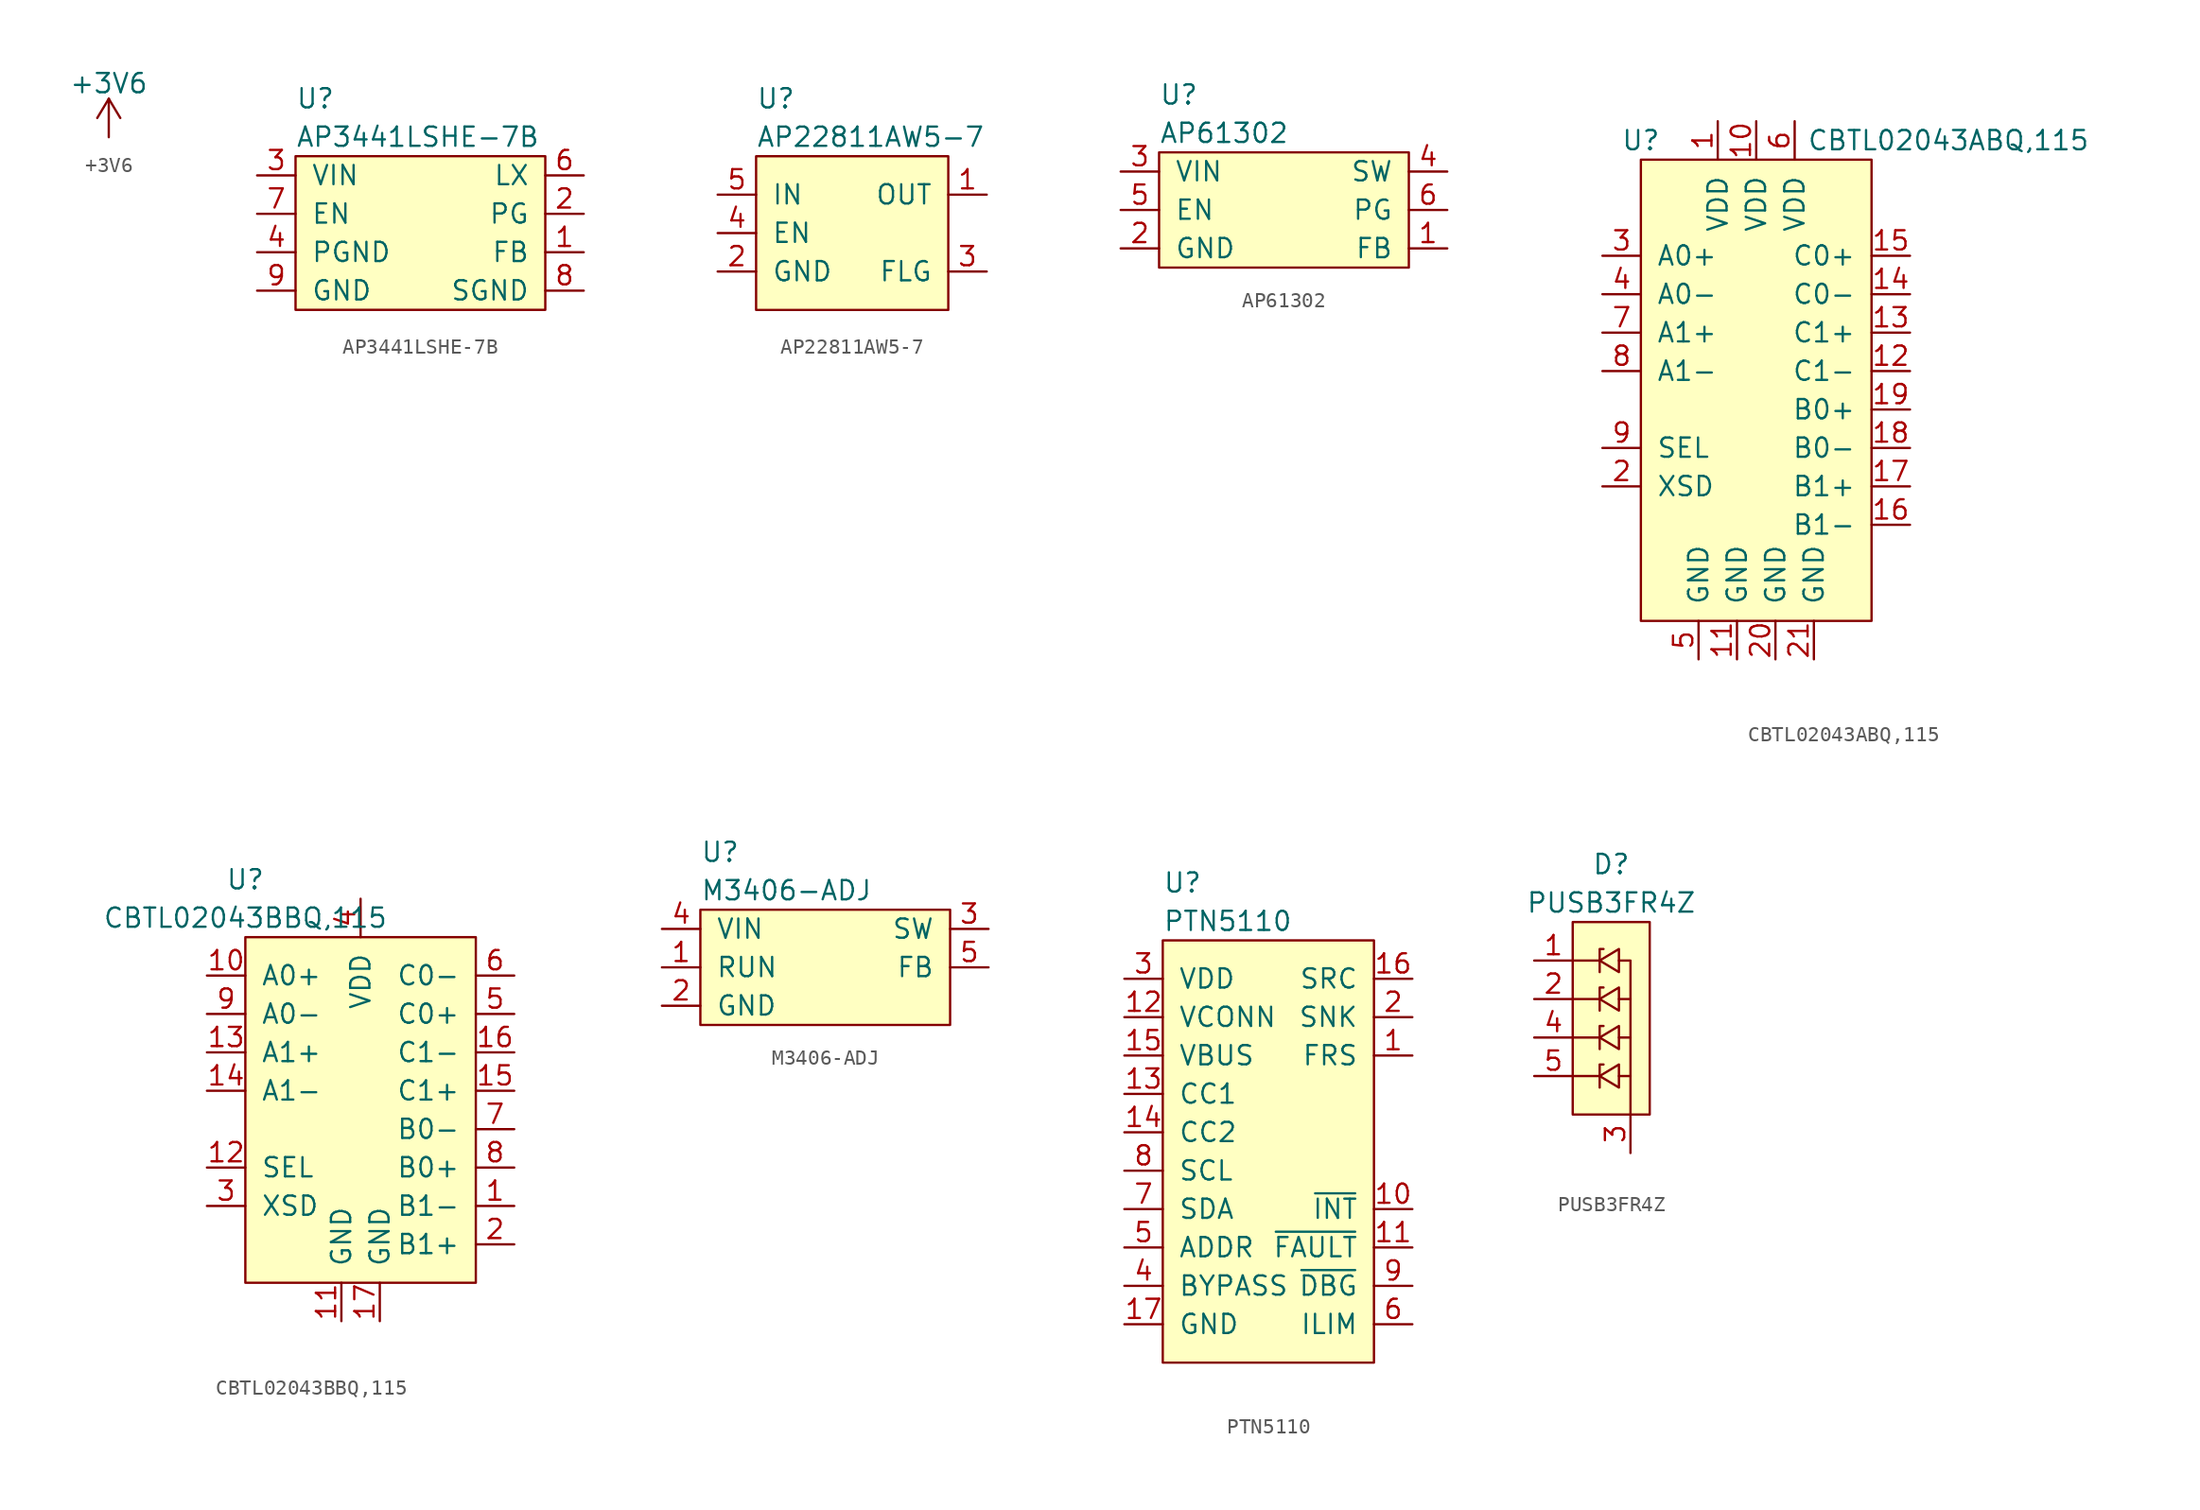
<source format=kicad_sym>
(kicad_symbol_lib
  (version 20211014)
  (generator kicad_symbol_editor)
  (symbol "+3V6"
    (power)
    (pin_names
      (offset 0))
    (property "Reference" "#PWR"
      (at 0 -3.81 0)
      (effects (font (size 1.27 1.27)) hide))
    (property "Value" "+3V6"
      (at 0 3.556 0)
      (effects (font (size 1.27 1.27))))
    (symbol "+3V6_0_1"
      (polyline (pts (xy -0.762 1.27) (xy 0 2.54)) (stroke (width 0) (type default) (color 0 0 0 0)) (fill (type none)))
      (polyline (pts (xy 0 0) (xy 0 2.54)) (stroke (width 0) (type default) (color 0 0 0 0)) (fill (type none)))
      (polyline (pts (xy 0 2.54) (xy 0.762 1.27)) (stroke (width 0) (type default) (color 0 0 0 0)) (fill (type none))))
    (symbol "+3V6_1_1"
      (pin power_in line (at 0 0 90) (length 0) hide (name "+3V6" (effects (font (size 1.27 1.27)))) (number "1" (effects (font (size 1.27 1.27)))))))
  (symbol "AP3441LSHE-7B"
    (pin_names
      (offset 1.016))
    (property "Reference" "U"
      (at 0 3.81 0)
      (effects (font (size 1.27 1.27)) (justify left)))
    (property "Value" "AP3441LSHE-7B"
      (at 0 1.27 0)
      (effects (font (size 1.27 1.27)) (justify left)))
    (symbol "AP3441LSHE-7B_0_1"
      (rectangle (start 16.51 0) (end 0 -10.16) (stroke (width 0) (type default) (color 0 0 0 0)) (fill (type background))))
    (symbol "AP3441LSHE-7B_1_1"
      (pin passive line (at 19.05 -6.35 180) (length 2.54) (name "FB" (effects (font (size 1.27 1.27)))) (number "1" (effects (font (size 1.27 1.27)))))
      (pin passive line (at 19.05 -3.81 180) (length 2.54) (name "PG" (effects (font (size 1.27 1.27)))) (number "2" (effects (font (size 1.27 1.27)))))
      (pin power_in line (at -2.54 -1.27 0) (length 2.54) (name "VIN" (effects (font (size 1.27 1.27)))) (number "3" (effects (font (size 1.27 1.27)))))
      (pin power_in line (at -2.54 -6.35 0) (length 2.54) (name "PGND" (effects (font (size 1.27 1.27)))) (number "4" (effects (font (size 1.27 1.27)))))
      (pin passive line (at 19.05 -1.27 180) (length 2.54) (name "LX" (effects (font (size 1.27 1.27)))) (number "6" (effects (font (size 1.27 1.27)))))
      (pin passive line (at -2.54 -3.81 0) (length 2.54) (name "EN" (effects (font (size 1.27 1.27)))) (number "7" (effects (font (size 1.27 1.27)))))
      (pin power_in line (at 19.05 -8.89 180) (length 2.54) (name "SGND" (effects (font (size 1.27 1.27)))) (number "8" (effects (font (size 1.27 1.27)))))
      (pin power_in line (at -2.54 -8.89 0) (length 2.54) (name "GND" (effects (font (size 1.27 1.27)))) (number "9" (effects (font (size 1.27 1.27)))))))
  (symbol "AP22811AW5-7‎"
    (pin_names
      (offset 1.016))
    (property "Reference" "U"
      (at -6.35 8.89 0)
      (effects (font (size 1.27 1.27)) (justify left)))
    (property "Value" "AP22811AW5-7‎"
      (at -6.35 6.35 0)
      (effects (font (size 1.27 1.27)) (justify left)))
    (symbol "AP22811AW5-7‎_0_1"
      (rectangle (start 6.35 5.08) (end -6.35 -5.08) (stroke (width 0) (type default) (color 0 0 0 0)) (fill (type background))))
    (symbol "AP22811AW5-7‎_1_1"
      (pin power_out line (at 8.89 2.54 180) (length 2.54) (name "OUT" (effects (font (size 1.27 1.27)))) (number "1" (effects (font (size 1.27 1.27)))))
      (pin power_in line (at -8.89 -2.54 0) (length 2.54) (name "GND" (effects (font (size 1.27 1.27)))) (number "2" (effects (font (size 1.27 1.27)))))
      (pin open_collector line (at 8.89 -2.54 180) (length 2.54) (name "FLG" (effects (font (size 1.27 1.27)))) (number "3" (effects (font (size 1.27 1.27)))))
      (pin input line (at -8.89 0 0) (length 2.54) (name "EN" (effects (font (size 1.27 1.27)))) (number "4" (effects (font (size 1.27 1.27)))))
      (pin power_in line (at -8.89 2.54 0) (length 2.54) (name "IN" (effects (font (size 1.27 1.27)))) (number "5" (effects (font (size 1.27 1.27)))))))
  (symbol "AP61302"
    (pin_names
      (offset 1.016))
    (property "Reference" "U"
      (at 0 3.81 0)
      (effects (font (size 1.27 1.27)) (justify left)))
    (property "Value" "AP61302"
      (at 0 1.27 0)
      (effects (font (size 1.27 1.27)) (justify left)))
    (symbol "AP61302_0_1"
      (rectangle (start 16.51 0) (end 0 -7.62) (stroke (width 0) (type default) (color 0 0 0 0)) (fill (type background))))
    (symbol "AP61302_1_1"
      (pin passive line (at 19.05 -6.35 180) (length 2.54) (name "FB" (effects (font (size 1.27 1.27)))) (number "1" (effects (font (size 1.27 1.27)))))
      (pin power_in line (at -2.54 -6.35 0) (length 2.54) (name "GND" (effects (font (size 1.27 1.27)))) (number "2" (effects (font (size 1.27 1.27)))))
      (pin power_in line (at -2.54 -1.27 0) (length 2.54) (name "VIN" (effects (font (size 1.27 1.27)))) (number "3" (effects (font (size 1.27 1.27)))))
      (pin passive line (at 19.05 -1.27 180) (length 2.54) (name "SW" (effects (font (size 1.27 1.27)))) (number "4" (effects (font (size 1.27 1.27)))))
      (pin passive line (at -2.54 -3.81 0) (length 2.54) (name "EN" (effects (font (size 1.27 1.27)))) (number "5" (effects (font (size 1.27 1.27)))))
      (pin passive line (at 19.05 -3.81 180) (length 2.54) (name "PG" (effects (font (size 1.27 1.27)))) (number "6" (effects (font (size 1.27 1.27)))))))
  (symbol "CBTL02043ABQ,115"
    (pin_names
      (offset 1.016))
    (property "Reference" "U"
      (at -7.62 16.51 0)
      (effects (font (size 1.27 1.27))))
    (property "Value" "CBTL02043ABQ,115"
      (at 12.7 16.51 0)
      (effects (font (size 1.27 1.27))))
    (symbol "CBTL02043ABQ,115_0_1"
      (rectangle (start -7.62 15.24) (end 7.62 -15.24) (stroke (width 0) (type default) (color 0 0 0 0)) (fill (type background))))
    (symbol "CBTL02043ABQ,115_1_1"
      (pin power_in line (at -2.54 17.78 270) (length 2.54) (name "VDD" (effects (font (size 1.27 1.27)))) (number "1" (effects (font (size 1.27 1.27)))))
      (pin power_in line (at 0 17.78 270) (length 2.54) (name "VDD" (effects (font (size 1.27 1.27)))) (number "10" (effects (font (size 1.27 1.27)))))
      (pin power_in line (at -1.27 -17.78 90) (length 2.54) (name "GND" (effects (font (size 1.27 1.27)))) (number "11" (effects (font (size 1.27 1.27)))))
      (pin bidirectional line (at 10.16 1.27 180) (length 2.54) (name "C1-" (effects (font (size 1.27 1.27)))) (number "12" (effects (font (size 1.27 1.27)))))
      (pin bidirectional line (at 10.16 3.81 180) (length 2.54) (name "C1+" (effects (font (size 1.27 1.27)))) (number "13" (effects (font (size 1.27 1.27)))))
      (pin bidirectional line (at 10.16 6.35 180) (length 2.54) (name "C0-" (effects (font (size 1.27 1.27)))) (number "14" (effects (font (size 1.27 1.27)))))
      (pin bidirectional line (at 10.16 8.89 180) (length 2.54) (name "C0+" (effects (font (size 1.27 1.27)))) (number "15" (effects (font (size 1.27 1.27)))))
      (pin bidirectional line (at 10.16 -8.89 180) (length 2.54) (name "B1-" (effects (font (size 1.27 1.27)))) (number "16" (effects (font (size 1.27 1.27)))))
      (pin bidirectional line (at 10.16 -6.35 180) (length 2.54) (name "B1+" (effects (font (size 1.27 1.27)))) (number "17" (effects (font (size 1.27 1.27)))))
      (pin bidirectional line (at 10.16 -3.81 180) (length 2.54) (name "B0-" (effects (font (size 1.27 1.27)))) (number "18" (effects (font (size 1.27 1.27)))))
      (pin bidirectional line (at 10.16 -1.27 180) (length 2.54) (name "B0+" (effects (font (size 1.27 1.27)))) (number "19" (effects (font (size 1.27 1.27)))))
      (pin input line (at -10.16 -6.35 0) (length 2.54) (name "XSD" (effects (font (size 1.27 1.27)))) (number "2" (effects (font (size 1.27 1.27)))))
      (pin power_in line (at 1.27 -17.78 90) (length 2.54) (name "GND" (effects (font (size 1.27 1.27)))) (number "20" (effects (font (size 1.27 1.27)))))
      (pin power_in line (at 3.81 -17.78 90) (length 2.54) (name "GND" (effects (font (size 1.27 1.27)))) (number "21" (effects (font (size 1.27 1.27)))))
      (pin bidirectional line (at -10.16 8.89 0) (length 2.54) (name "A0+" (effects (font (size 1.27 1.27)))) (number "3" (effects (font (size 1.27 1.27)))))
      (pin bidirectional line (at -10.16 6.35 0) (length 2.54) (name "A0-" (effects (font (size 1.27 1.27)))) (number "4" (effects (font (size 1.27 1.27)))))
      (pin power_in line (at -3.81 -17.78 90) (length 2.54) (name "GND" (effects (font (size 1.27 1.27)))) (number "5" (effects (font (size 1.27 1.27)))))
      (pin power_in line (at 2.54 17.78 270) (length 2.54) (name "VDD" (effects (font (size 1.27 1.27)))) (number "6" (effects (font (size 1.27 1.27)))))
      (pin bidirectional line (at -10.16 3.81 0) (length 2.54) (name "A1+" (effects (font (size 1.27 1.27)))) (number "7" (effects (font (size 1.27 1.27)))))
      (pin bidirectional line (at -10.16 1.27 0) (length 2.54) (name "A1-" (effects (font (size 1.27 1.27)))) (number "8" (effects (font (size 1.27 1.27)))))
      (pin input line (at -10.16 -3.81 0) (length 2.54) (name "SEL" (effects (font (size 1.27 1.27)))) (number "9" (effects (font (size 1.27 1.27)))))))
  (symbol "CBTL02043BBQ,115"
    (pin_names
      (offset 1.016))
    (property "Reference" "U"
      (at -7.62 15.24 0)
      (effects (font (size 1.27 1.27))))
    (property "Value" "CBTL02043BBQ,115"
      (at -7.62 12.7 0)
      (effects (font (size 1.27 1.27))))
    (symbol "CBTL02043BBQ,115_0_1"
      (rectangle (start -7.62 11.43) (end 7.62 -11.43) (stroke (width 0) (type default) (color 0 0 0 0)) (fill (type background))))
    (symbol "CBTL02043BBQ,115_1_1"
      (pin bidirectional line (at 10.16 -6.35 180) (length 2.54) (name "B1-" (effects (font (size 1.27 1.27)))) (number "1" (effects (font (size 1.27 1.27)))))
      (pin bidirectional line (at -10.16 8.89 0) (length 2.54) (name "A0+" (effects (font (size 1.27 1.27)))) (number "10" (effects (font (size 1.27 1.27)))))
      (pin power_in line (at -1.27 -13.97 90) (length 2.54) (name "GND" (effects (font (size 1.27 1.27)))) (number "11" (effects (font (size 1.27 1.27)))))
      (pin input line (at -10.16 -3.81 0) (length 2.54) (name "SEL" (effects (font (size 1.27 1.27)))) (number "12" (effects (font (size 1.27 1.27)))))
      (pin bidirectional line (at -10.16 3.81 0) (length 2.54) (name "A1+" (effects (font (size 1.27 1.27)))) (number "13" (effects (font (size 1.27 1.27)))))
      (pin bidirectional line (at -10.16 1.27 0) (length 2.54) (name "A1-" (effects (font (size 1.27 1.27)))) (number "14" (effects (font (size 1.27 1.27)))))
      (pin bidirectional line (at 10.16 1.27 180) (length 2.54) (name "C1+" (effects (font (size 1.27 1.27)))) (number "15" (effects (font (size 1.27 1.27)))))
      (pin bidirectional line (at 10.16 3.81 180) (length 2.54) (name "C1-" (effects (font (size 1.27 1.27)))) (number "16" (effects (font (size 1.27 1.27)))))
      (pin power_in line (at 1.27 -13.97 90) (length 2.54) (name "GND" (effects (font (size 1.27 1.27)))) (number "17" (effects (font (size 1.27 1.27)))))
      (pin bidirectional line (at 10.16 -8.89 180) (length 2.54) (name "B1+" (effects (font (size 1.27 1.27)))) (number "2" (effects (font (size 1.27 1.27)))))
      (pin input line (at -10.16 -6.35 0) (length 2.54) (name "XSD" (effects (font (size 1.27 1.27)))) (number "3" (effects (font (size 1.27 1.27)))))
      (pin power_in line (at 0 13.97 270) (length 2.54) (name "VDD" (effects (font (size 1.27 1.27)))) (number "4" (effects (font (size 1.27 1.27)))))
      (pin bidirectional line (at 10.16 6.35 180) (length 2.54) (name "C0+" (effects (font (size 1.27 1.27)))) (number "5" (effects (font (size 1.27 1.27)))))
      (pin bidirectional line (at 10.16 8.89 180) (length 2.54) (name "C0-" (effects (font (size 1.27 1.27)))) (number "6" (effects (font (size 1.27 1.27)))))
      (pin bidirectional line (at 10.16 -1.27 180) (length 2.54) (name "B0-" (effects (font (size 1.27 1.27)))) (number "7" (effects (font (size 1.27 1.27)))))
      (pin bidirectional line (at 10.16 -3.81 180) (length 2.54) (name "B0+" (effects (font (size 1.27 1.27)))) (number "8" (effects (font (size 1.27 1.27)))))
      (pin bidirectional line (at -10.16 6.35 0) (length 2.54) (name "A0-" (effects (font (size 1.27 1.27)))) (number "9" (effects (font (size 1.27 1.27)))))))
  (symbol "M3406-ADJ"
    (pin_names
      (offset 1.016))
    (property "Reference" "U"
      (at 0 3.81 0)
      (effects (font (size 1.27 1.27)) (justify left)))
    (property "Value" "M3406-ADJ"
      (at 0 1.27 0)
      (effects (font (size 1.27 1.27)) (justify left)))
    (symbol "M3406-ADJ_0_1"
      (rectangle (start 16.51 0) (end 0 -7.62) (stroke (width 0) (type default) (color 0 0 0 0)) (fill (type background))))
    (symbol "M3406-ADJ_1_1"
      (pin passive line (at -2.54 -3.81 0) (length 2.54) (name "RUN" (effects (font (size 1.27 1.27)))) (number "1" (effects (font (size 1.27 1.27)))))
      (pin power_in line (at -2.54 -6.35 0) (length 2.54) (name "GND" (effects (font (size 1.27 1.27)))) (number "2" (effects (font (size 1.27 1.27)))))
      (pin passive line (at 19.05 -1.27 180) (length 2.54) (name "SW" (effects (font (size 1.27 1.27)))) (number "3" (effects (font (size 1.27 1.27)))))
      (pin power_in line (at -2.54 -1.27 0) (length 2.54) (name "VIN" (effects (font (size 1.27 1.27)))) (number "4" (effects (font (size 1.27 1.27)))))
      (pin passive line (at 19.05 -3.81 180) (length 2.54) (name "FB" (effects (font (size 1.27 1.27)))) (number "5" (effects (font (size 1.27 1.27)))))))
  (symbol "PTN5110"
    (pin_names
      (offset 1.016))
    (property "Reference" "U"
      (at 0 3.81 0)
      (effects (font (size 1.27 1.27)) (justify left)))
    (property "Value" "PTN5110"
      (at 0 1.27 0)
      (effects (font (size 1.27 1.27)) (justify left)))
    (symbol "PTN5110_0_1"
      (rectangle (start 0 0) (end 13.97 -27.94) (stroke (width 0) (type default) (color 0 0 0 0)) (fill (type background))))
    (symbol "PTN5110_1_1"
      (pin output line (at 16.51 -7.62 180) (length 2.54) (name "FRS" (effects (font (size 1.27 1.27)))) (number "1" (effects (font (size 1.27 1.27)))))
      (pin open_collector line (at 16.51 -17.78 180) (length 2.54) (name "~{INT}" (effects (font (size 1.27 1.27)))) (number "10" (effects (font (size 1.27 1.27)))))
      (pin input line (at 16.51 -20.32 180) (length 2.54) (name "~{FAULT}" (effects (font (size 1.27 1.27)))) (number "11" (effects (font (size 1.27 1.27)))))
      (pin power_in line (at -2.54 -5.08 0) (length 2.54) (name "VCONN" (effects (font (size 1.27 1.27)))) (number "12" (effects (font (size 1.27 1.27)))))
      (pin passive line (at -2.54 -10.16 0) (length 2.54) (name "CC1" (effects (font (size 1.27 1.27)))) (number "13" (effects (font (size 1.27 1.27)))))
      (pin passive line (at -2.54 -12.7 0) (length 2.54) (name "CC2" (effects (font (size 1.27 1.27)))) (number "14" (effects (font (size 1.27 1.27)))))
      (pin passive line (at -2.54 -7.62 0) (length 2.54) (name "VBUS" (effects (font (size 1.27 1.27)))) (number "15" (effects (font (size 1.27 1.27)))))
      (pin output line (at 16.51 -2.54 180) (length 2.54) (name "SRC" (effects (font (size 1.27 1.27)))) (number "16" (effects (font (size 1.27 1.27)))))
      (pin power_in line (at -2.54 -25.4 0) (length 2.54) (name "GND" (effects (font (size 1.27 1.27)))) (number "17" (effects (font (size 1.27 1.27)))))
      (pin output line (at 16.51 -5.08 180) (length 2.54) (name "SNK" (effects (font (size 1.27 1.27)))) (number "2" (effects (font (size 1.27 1.27)))))
      (pin power_in line (at -2.54 -2.54 0) (length 2.54) (name "VDD" (effects (font (size 1.27 1.27)))) (number "3" (effects (font (size 1.27 1.27)))))
      (pin power_out line (at -2.54 -22.86 0) (length 2.54) (name "BYPASS" (effects (font (size 1.27 1.27)))) (number "4" (effects (font (size 1.27 1.27)))))
      (pin input line (at -2.54 -20.32 0) (length 2.54) (name "ADDR" (effects (font (size 1.27 1.27)))) (number "5" (effects (font (size 1.27 1.27)))))
      (pin bidirectional line (at 16.51 -25.4 180) (length 2.54) (name "ILIM" (effects (font (size 1.27 1.27)))) (number "6" (effects (font (size 1.27 1.27)))))
      (pin bidirectional line (at -2.54 -17.78 0) (length 2.54) (name "SDA" (effects (font (size 1.27 1.27)))) (number "7" (effects (font (size 1.27 1.27)))))
      (pin bidirectional line (at -2.54 -15.24 0) (length 2.54) (name "SCL" (effects (font (size 1.27 1.27)))) (number "8" (effects (font (size 1.27 1.27)))))
      (pin output line (at 16.51 -22.86 180) (length 2.54) (name "~{DBG}" (effects (font (size 1.27 1.27)))) (number "9" (effects (font (size 1.27 1.27)))))))
  (symbol "PUSB3FR4Z"
    (pin_names
      (offset 1.016))
    (property "Reference" "D"
      (at 2.54 3.81 0)
      (effects (font (size 1.27 1.27))))
    (property "Value" "PUSB3FR4Z"
      (at 2.54 1.27 0)
      (effects (font (size 1.27 1.27))))
    (symbol "PUSB3FR4Z_0_1"
      (polyline (pts (xy 0 -10.16) (xy 1.778 -10.16)) (stroke (width 0) (type default) (color 0 0 0 0)) (fill (type none)))
      (polyline (pts (xy 0 -7.62) (xy 1.778 -7.62)) (stroke (width 0) (type default) (color 0 0 0 0)) (fill (type none)))
      (polyline (pts (xy 0 -5.08) (xy 1.778 -5.08)) (stroke (width 0) (type default) (color 0 0 0 0)) (fill (type none)))
      (polyline (pts (xy 0 -2.54) (xy 1.778 -2.54)) (stroke (width 0) (type default) (color 0 0 0 0)) (fill (type none)))
      (polyline (pts (xy 3.048 -10.16) (xy 3.81 -10.16)) (stroke (width 0) (type default) (color 0 0 0 0)) (fill (type none)))
      (polyline (pts (xy 3.048 -7.62) (xy 3.81 -7.62)) (stroke (width 0) (type default) (color 0 0 0 0)) (fill (type none)))
      (polyline (pts (xy 3.048 -5.08) (xy 3.81 -5.08)) (stroke (width 0) (type default) (color 0 0 0 0)) (fill (type none)))
      (polyline (pts (xy 1.778 -10.922) (xy 1.778 -9.398) (xy 2.032 -9.398)) (stroke (width 0) (type default) (color 0 0 0 0)) (fill (type none)))
      (polyline (pts (xy 1.778 -8.382) (xy 1.778 -6.858) (xy 2.032 -6.858)) (stroke (width 0) (type default) (color 0 0 0 0)) (fill (type none)))
      (polyline (pts (xy 1.778 -5.842) (xy 1.778 -4.318) (xy 2.032 -4.318)) (stroke (width 0) (type default) (color 0 0 0 0)) (fill (type none)))
      (polyline (pts (xy 1.778 -3.302) (xy 1.778 -1.778) (xy 2.032 -1.778)) (stroke (width 0) (type default) (color 0 0 0 0)) (fill (type none)))
      (polyline (pts (xy 3.81 -12.7) (xy 3.81 -2.54) (xy 3.048 -2.54)) (stroke (width 0) (type default) (color 0 0 0 0)) (fill (type none)))
      (polyline (pts (xy 1.778 -10.16) (xy 3.048 -10.922) (xy 3.048 -9.398) (xy 1.778 -10.16)) (stroke (width 0) (type default) (color 0 0 0 0)) (fill (type none)))
      (polyline (pts (xy 1.778 -7.62) (xy 3.048 -8.382) (xy 3.048 -6.858) (xy 1.778 -7.62)) (stroke (width 0) (type default) (color 0 0 0 0)) (fill (type none)))
      (polyline (pts (xy 1.778 -5.08) (xy 3.048 -5.842) (xy 3.048 -4.318) (xy 1.778 -5.08)) (stroke (width 0) (type default) (color 0 0 0 0)) (fill (type none)))
      (polyline (pts (xy 1.778 -2.54) (xy 3.048 -3.302) (xy 3.048 -1.778) (xy 1.778 -2.54)) (stroke (width 0) (type default) (color 0 0 0 0)) (fill (type none)))
      (rectangle (start 0 0) (end 5.08 -12.7) (stroke (width 0) (type default) (color 0 0 0 0)) (fill (type background))))
    (symbol "PUSB3FR4Z_1_1"
      (pin passive line (at -2.54 -2.54 0) (length 2.54) (name "~" (effects (font (size 1.27 1.27)))) (number "1" (effects (font (size 1.27 1.27)))))
      (pin passive line (at -2.54 -2.54 0) (length 2.54) hide (name "~" (effects (font (size 1.27 1.27)))) (number "10" (effects (font (size 1.27 1.27)))))
      (pin passive line (at -2.54 -5.08 0) (length 2.54) (name "~" (effects (font (size 1.27 1.27)))) (number "2" (effects (font (size 1.27 1.27)))))
      (pin passive line (at 3.81 -15.24 90) (length 2.54) (name "~" (effects (font (size 1.27 1.27)))) (number "3" (effects (font (size 1.27 1.27)))))
      (pin passive line (at -2.54 -7.62 0) (length 2.54) (name "~" (effects (font (size 1.27 1.27)))) (number "4" (effects (font (size 1.27 1.27)))))
      (pin passive line (at -2.54 -10.16 0) (length 2.54) (name "~" (effects (font (size 1.27 1.27)))) (number "5" (effects (font (size 1.27 1.27)))))
      (pin passive line (at -2.54 -10.16 0) (length 2.54) hide (name "~" (effects (font (size 1.27 1.27)))) (number "6" (effects (font (size 1.27 1.27)))))
      (pin passive line (at -2.54 -7.62 0) (length 2.54) hide (name "~" (effects (font (size 1.27 1.27)))) (number "7" (effects (font (size 1.27 1.27)))))
      (pin passive line (at 3.81 -15.24 90) (length 2.54) hide (name "~" (effects (font (size 1.27 1.27)))) (number "8" (effects (font (size 1.27 1.27)))))
      (pin passive line (at -2.54 -5.08 0) (length 2.54) hide (name "~" (effects (font (size 1.27 1.27)))) (number "9" (effects (font (size 1.27 1.27))))))))
</source>
